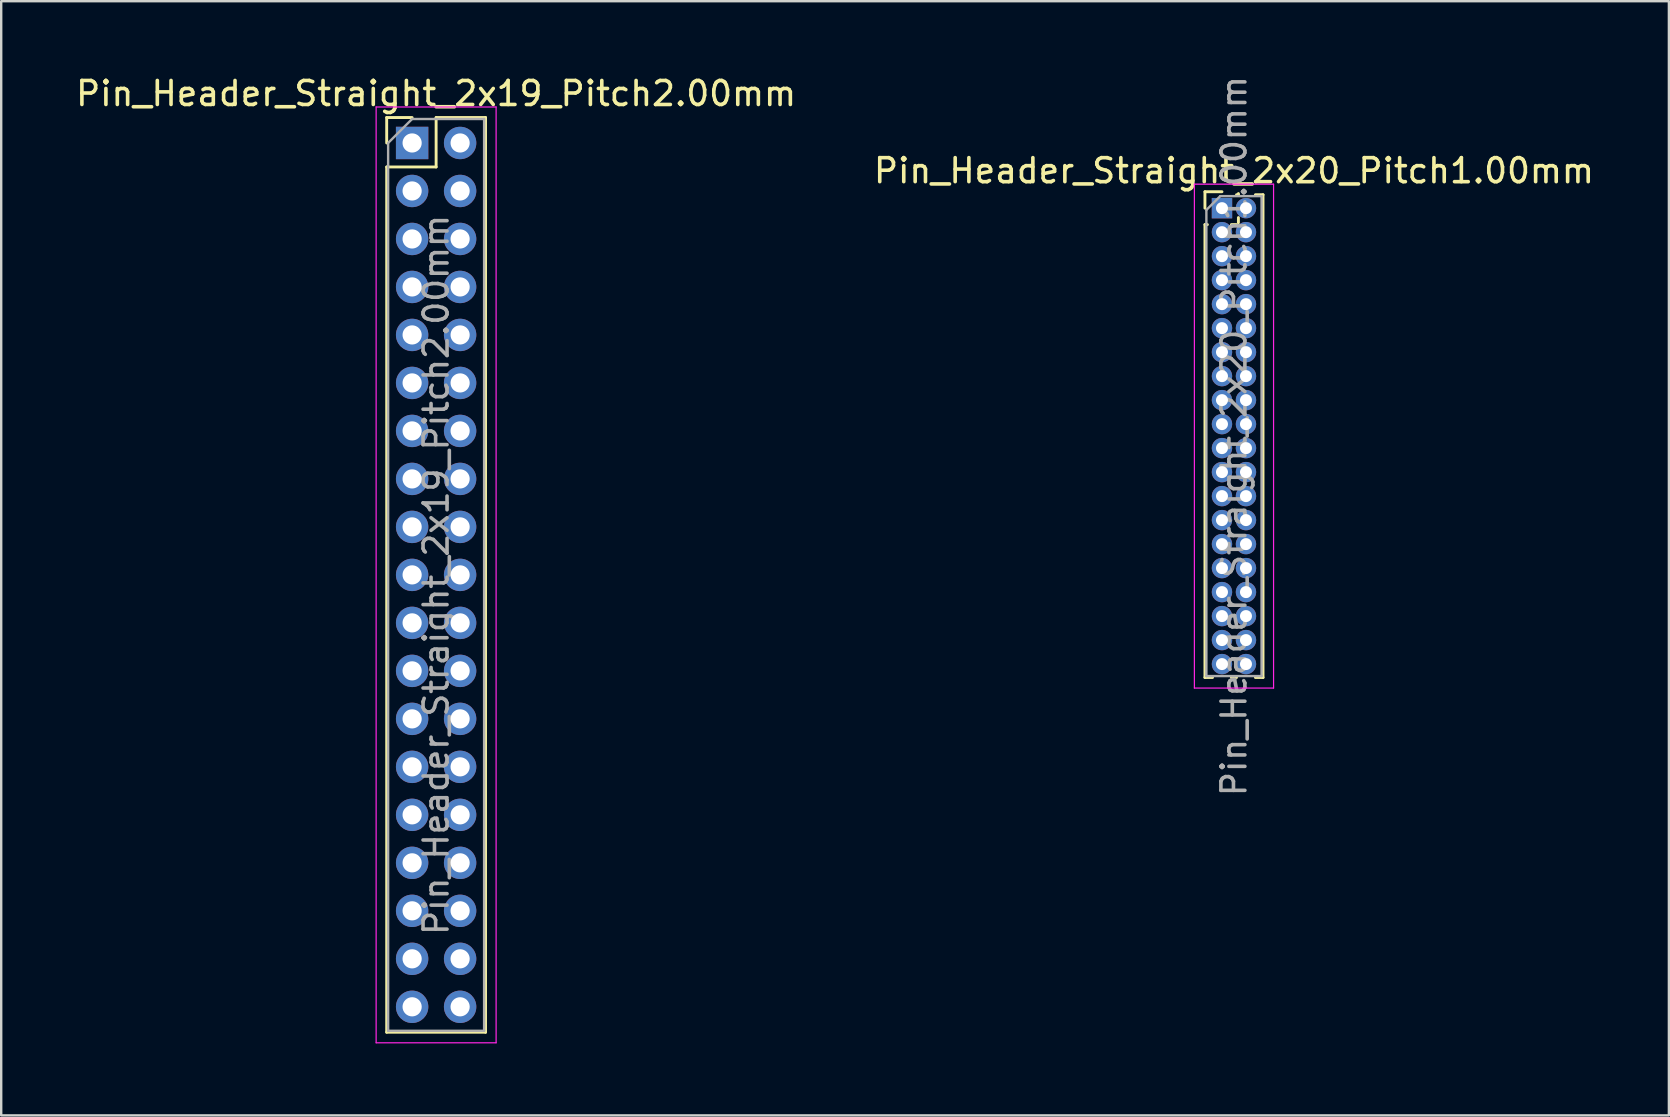
<source format=kicad_pcb>
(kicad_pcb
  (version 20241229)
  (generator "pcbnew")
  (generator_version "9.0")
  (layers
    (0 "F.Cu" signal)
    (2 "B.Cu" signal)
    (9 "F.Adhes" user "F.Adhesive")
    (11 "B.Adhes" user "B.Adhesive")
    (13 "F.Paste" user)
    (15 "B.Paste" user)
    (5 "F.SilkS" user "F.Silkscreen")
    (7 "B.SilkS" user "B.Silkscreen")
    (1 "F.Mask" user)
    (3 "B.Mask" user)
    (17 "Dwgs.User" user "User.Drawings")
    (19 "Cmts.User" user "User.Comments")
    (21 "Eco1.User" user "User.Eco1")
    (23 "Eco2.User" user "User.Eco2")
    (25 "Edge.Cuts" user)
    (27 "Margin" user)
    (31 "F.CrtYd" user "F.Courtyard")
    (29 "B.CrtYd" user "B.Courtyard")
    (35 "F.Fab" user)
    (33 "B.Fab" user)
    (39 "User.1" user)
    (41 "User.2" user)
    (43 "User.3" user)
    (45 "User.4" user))
  (footprint "Pin_Header_Straight_2x20_Pitch1.00mm"
    (layer "F.Cu")
    (at 47.875 5.625)
    (property "Reference" "Pin_Header_Straight_2x20_Pitch1.00mm" (at 0.5 -1.56 0) (layer "F.SilkS") (effects (font (size 1 1) (thickness 0.15))))
    (attr through_hole)
    (fp_line (start -0.71 -0.685) (end 0 -0.685) (stroke (width 0.12) (type solid)) (layer "F.SilkS"))
    (fp_line (start -0.71 0) (end -0.71 -0.685) (stroke (width 0.12) (type solid)) (layer "F.SilkS"))
    (fp_line (start -0.71 0.685) (end -0.71 19.56) (stroke (width 0.12) (type solid)) (layer "F.SilkS"))
    (fp_line (start -0.71 0.685) (end -0.608 0.685) (stroke (width 0.12) (type solid)) (layer "F.SilkS"))
    (fp_line (start -0.71 19.56) (end -0.394 19.56) (stroke (width 0.12) (type solid)) (layer "F.SilkS"))
    (fp_line (start 0.394 19.56) (end 0.606 19.56) (stroke (width 0.12) (type solid)) (layer "F.SilkS"))
    (fp_line (start 0.608 0.685) (end 0.392 0.685) (stroke (width 0.12) (type solid)) (layer "F.SilkS"))
    (fp_line (start 0.685 -0.608) (end 0.685 -0.56) (stroke (width 0.12) (type solid)) (layer "F.SilkS"))
    (fp_line (start 0.685 -0.56) (end 0.606 -0.56) (stroke (width 0.12) (type solid)) (layer "F.SilkS"))
    (fp_line (start 0.685 0.392) (end 0.685 0.608) (stroke (width 0.12) (type solid)) (layer "F.SilkS"))
    (fp_line (start 1.394 -0.56) (end 1.71 -0.56) (stroke (width 0.12) (type solid)) (layer "F.SilkS"))
    (fp_line (start 1.394 19.56) (end 1.71 19.56) (stroke (width 0.12) (type solid)) (layer "F.SilkS"))
    (fp_line (start 1.71 -0.56) (end 1.71 19.56) (stroke (width 0.12) (type solid)) (layer "F.SilkS"))
    (fp_line (start -1.15 -1) (end -1.15 20) (stroke (width 0.05) (type solid)) (layer "F.CrtYd"))
    (fp_line (start -1.15 20) (end 2.15 20) (stroke (width 0.05) (type solid)) (layer "F.CrtYd"))
    (fp_line (start 2.15 -1) (end -1.15 -1) (stroke (width 0.05) (type solid)) (layer "F.CrtYd"))
    (fp_line (start 2.15 20) (end 2.15 -1) (stroke (width 0.05) (type solid)) (layer "F.CrtYd"))
    (fp_line (start -0.65 0.075) (end -0.075 -0.5) (stroke (width 0.1) (type solid)) (layer "F.Fab"))
    (fp_line (start -0.65 19.5) (end -0.65 0.075) (stroke (width 0.1) (type solid)) (layer "F.Fab"))
    (fp_line (start -0.075 -0.5) (end 1.65 -0.5) (stroke (width 0.1) (type solid)) (layer "F.Fab"))
    (fp_line (start 1.65 -0.5) (end 1.65 19.5) (stroke (width 0.1) (type solid)) (layer "F.Fab"))
    (fp_line (start 1.65 19.5) (end -0.65 19.5) (stroke (width 0.1) (type solid)) (layer "F.Fab"))
    (fp_text user "${REFERENCE}" (at 0.5 9.5 90) (layer "F.Fab") (effects (font (size 1 1) (thickness 0.15))))
    (pad "1" thru_hole rect (at 0 0) (size 0.85 0.85) (drill 0.5) (layers "*.Cu" "*.Mask"))
    (pad "2" thru_hole oval (at 1 0) (size 0.85 0.85) (drill 0.5) (layers "*.Cu" "*.Mask"))
    (pad "3" thru_hole oval (at 0 1) (size 0.85 0.85) (drill 0.5) (layers "*.Cu" "*.Mask"))
    (pad "4" thru_hole oval (at 1 1) (size 0.85 0.85) (drill 0.5) (layers "*.Cu" "*.Mask"))
    (pad "5" thru_hole oval (at 0 2) (size 0.85 0.85) (drill 0.5) (layers "*.Cu" "*.Mask"))
    (pad "6" thru_hole oval (at 1 2) (size 0.85 0.85) (drill 0.5) (layers "*.Cu" "*.Mask"))
    (pad "7" thru_hole oval (at 0 3) (size 0.85 0.85) (drill 0.5) (layers "*.Cu" "*.Mask"))
    (pad "8" thru_hole oval (at 1 3) (size 0.85 0.85) (drill 0.5) (layers "*.Cu" "*.Mask"))
    (pad "9" thru_hole oval (at 0 4) (size 0.85 0.85) (drill 0.5) (layers "*.Cu" "*.Mask"))
    (pad "10" thru_hole oval (at 1 4) (size 0.85 0.85) (drill 0.5) (layers "*.Cu" "*.Mask"))
    (pad "11" thru_hole oval (at 0 5) (size 0.85 0.85) (drill 0.5) (layers "*.Cu" "*.Mask"))
    (pad "12" thru_hole oval (at 1 5) (size 0.85 0.85) (drill 0.5) (layers "*.Cu" "*.Mask"))
    (pad "13" thru_hole oval (at 0 6) (size 0.85 0.85) (drill 0.5) (layers "*.Cu" "*.Mask"))
    (pad "14" thru_hole oval (at 1 6) (size 0.85 0.85) (drill 0.5) (layers "*.Cu" "*.Mask"))
    (pad "15" thru_hole oval (at 0 7) (size 0.85 0.85) (drill 0.5) (layers "*.Cu" "*.Mask"))
    (pad "16" thru_hole oval (at 1 7) (size 0.85 0.85) (drill 0.5) (layers "*.Cu" "*.Mask"))
    (pad "17" thru_hole oval (at 0 8) (size 0.85 0.85) (drill 0.5) (layers "*.Cu" "*.Mask"))
    (pad "18" thru_hole oval (at 1 8) (size 0.85 0.85) (drill 0.5) (layers "*.Cu" "*.Mask"))
    (pad "19" thru_hole oval (at 0 9) (size 0.85 0.85) (drill 0.5) (layers "*.Cu" "*.Mask"))
    (pad "20" thru_hole oval (at 1 9) (size 0.85 0.85) (drill 0.5) (layers "*.Cu" "*.Mask"))
    (pad "21" thru_hole oval (at 0 10) (size 0.85 0.85) (drill 0.5) (layers "*.Cu" "*.Mask"))
    (pad "22" thru_hole oval (at 1 10) (size 0.85 0.85) (drill 0.5) (layers "*.Cu" "*.Mask"))
    (pad "23" thru_hole oval (at 0 11) (size 0.85 0.85) (drill 0.5) (layers "*.Cu" "*.Mask"))
    (pad "24" thru_hole oval (at 1 11) (size 0.85 0.85) (drill 0.5) (layers "*.Cu" "*.Mask"))
    (pad "25" thru_hole oval (at 0 12) (size 0.85 0.85) (drill 0.5) (layers "*.Cu" "*.Mask"))
    (pad "26" thru_hole oval (at 1 12) (size 0.85 0.85) (drill 0.5) (layers "*.Cu" "*.Mask"))
    (pad "27" thru_hole oval (at 0 13) (size 0.85 0.85) (drill 0.5) (layers "*.Cu" "*.Mask"))
    (pad "28" thru_hole oval (at 1 13) (size 0.85 0.85) (drill 0.5) (layers "*.Cu" "*.Mask"))
    (pad "29" thru_hole oval (at 0 14) (size 0.85 0.85) (drill 0.5) (layers "*.Cu" "*.Mask"))
    (pad "30" thru_hole oval (at 1 14) (size 0.85 0.85) (drill 0.5) (layers "*.Cu" "*.Mask"))
    (pad "31" thru_hole oval (at 0 15) (size 0.85 0.85) (drill 0.5) (layers "*.Cu" "*.Mask"))
    (pad "32" thru_hole oval (at 1 15) (size 0.85 0.85) (drill 0.5) (layers "*.Cu" "*.Mask"))
    (pad "33" thru_hole oval (at 0 16) (size 0.85 0.85) (drill 0.5) (layers "*.Cu" "*.Mask"))
    (pad "34" thru_hole oval (at 1 16) (size 0.85 0.85) (drill 0.5) (layers "*.Cu" "*.Mask"))
    (pad "35" thru_hole oval (at 0 17) (size 0.85 0.85) (drill 0.5) (layers "*.Cu" "*.Mask"))
    (pad "36" thru_hole oval (at 1 17) (size 0.85 0.85) (drill 0.5) (layers "*.Cu" "*.Mask"))
    (pad "37" thru_hole oval (at 0 18) (size 0.85 0.85) (drill 0.5) (layers "*.Cu" "*.Mask"))
    (pad "38" thru_hole oval (at 1 18) (size 0.85 0.85) (drill 0.5) (layers "*.Cu" "*.Mask"))
    (pad "39" thru_hole oval (at 0 19) (size 0.85 0.85) (drill 0.5) (layers "*.Cu" "*.Mask"))
    (pad "40" thru_hole oval (at 1 19) (size 0.85 0.85) (drill 0.5) (layers "*.Cu" "*.Mask")))
  (footprint "Pin_Header_Straight_2x19_Pitch2.00mm"
    (layer "F.Cu")
    (at 14.125 2.908)
    (property "Reference" "Pin_Header_Straight_2x19_Pitch2.00mm" (at 1 -2.06 0) (layer "F.SilkS") (effects (font (size 1 1) (thickness 0.15))))
    (attr through_hole)
    (fp_line (start -1.06 -1.06) (end 0 -1.06) (stroke (width 0.12) (type solid)) (layer "F.SilkS"))
    (fp_line (start -1.06 0) (end -1.06 -1.06) (stroke (width 0.12) (type solid)) (layer "F.SilkS"))
    (fp_line (start -1.06 1) (end -1.06 37.06) (stroke (width 0.12) (type solid)) (layer "F.SilkS"))
    (fp_line (start -1.06 37.06) (end 3.06 37.06) (stroke (width 0.12) (type solid)) (layer "F.SilkS"))
    (fp_line (start 1 -1.06) (end 1 1) (stroke (width 0.12) (type solid)) (layer "F.SilkS"))
    (fp_line (start 1 1) (end -1.06 1) (stroke (width 0.12) (type solid)) (layer "F.SilkS"))
    (fp_line (start 3.06 -1.06) (end 1 -1.06) (stroke (width 0.12) (type solid)) (layer "F.SilkS"))
    (fp_line (start 3.06 37.06) (end 3.06 -1.06) (stroke (width 0.12) (type solid)) (layer "F.SilkS"))
    (fp_line (start -1.5 -1.5) (end -1.5 37.5) (stroke (width 0.05) (type solid)) (layer "F.CrtYd"))
    (fp_line (start -1.5 37.5) (end 3.5 37.5) (stroke (width 0.05) (type solid)) (layer "F.CrtYd"))
    (fp_line (start 3.5 -1.5) (end -1.5 -1.5) (stroke (width 0.05) (type solid)) (layer "F.CrtYd"))
    (fp_line (start 3.5 37.5) (end 3.5 -1.5) (stroke (width 0.05) (type solid)) (layer "F.CrtYd"))
    (fp_line (start -1 0) (end 0 -1) (stroke (width 0.1) (type solid)) (layer "F.Fab"))
    (fp_line (start -1 37) (end -1 0) (stroke (width 0.1) (type solid)) (layer "F.Fab"))
    (fp_line (start 0 -1) (end 3 -1) (stroke (width 0.1) (type solid)) (layer "F.Fab"))
    (fp_line (start 3 -1) (end 3 37) (stroke (width 0.1) (type solid)) (layer "F.Fab"))
    (fp_line (start 3 37) (end -1 37) (stroke (width 0.1) (type solid)) (layer "F.Fab"))
    (fp_text user "${REFERENCE}" (at 1 18 90) (layer "F.Fab") (effects (font (size 1 1) (thickness 0.15))))
    (pad "1" thru_hole rect (at 0 0) (size 1.35 1.35) (drill 0.8) (layers "*.Cu" "*.Mask"))
    (pad "2" thru_hole oval (at 2 0) (size 1.35 1.35) (drill 0.8) (layers "*.Cu" "*.Mask"))
    (pad "3" thru_hole oval (at 0 2) (size 1.35 1.35) (drill 0.8) (layers "*.Cu" "*.Mask"))
    (pad "4" thru_hole oval (at 2 2) (size 1.35 1.35) (drill 0.8) (layers "*.Cu" "*.Mask"))
    (pad "5" thru_hole oval (at 0 4) (size 1.35 1.35) (drill 0.8) (layers "*.Cu" "*.Mask"))
    (pad "6" thru_hole oval (at 2 4) (size 1.35 1.35) (drill 0.8) (layers "*.Cu" "*.Mask"))
    (pad "7" thru_hole oval (at 0 6) (size 1.35 1.35) (drill 0.8) (layers "*.Cu" "*.Mask"))
    (pad "8" thru_hole oval (at 2 6) (size 1.35 1.35) (drill 0.8) (layers "*.Cu" "*.Mask"))
    (pad "9" thru_hole oval (at 0 8) (size 1.35 1.35) (drill 0.8) (layers "*.Cu" "*.Mask"))
    (pad "10" thru_hole oval (at 2 8) (size 1.35 1.35) (drill 0.8) (layers "*.Cu" "*.Mask"))
    (pad "11" thru_hole oval (at 0 10) (size 1.35 1.35) (drill 0.8) (layers "*.Cu" "*.Mask"))
    (pad "12" thru_hole oval (at 2 10) (size 1.35 1.35) (drill 0.8) (layers "*.Cu" "*.Mask"))
    (pad "13" thru_hole oval (at 0 12) (size 1.35 1.35) (drill 0.8) (layers "*.Cu" "*.Mask"))
    (pad "14" thru_hole oval (at 2 12) (size 1.35 1.35) (drill 0.8) (layers "*.Cu" "*.Mask"))
    (pad "15" thru_hole oval (at 0 14) (size 1.35 1.35) (drill 0.8) (layers "*.Cu" "*.Mask"))
    (pad "16" thru_hole oval (at 2 14) (size 1.35 1.35) (drill 0.8) (layers "*.Cu" "*.Mask"))
    (pad "17" thru_hole oval (at 0 16) (size 1.35 1.35) (drill 0.8) (layers "*.Cu" "*.Mask"))
    (pad "18" thru_hole oval (at 2 16) (size 1.35 1.35) (drill 0.8) (layers "*.Cu" "*.Mask"))
    (pad "19" thru_hole oval (at 0 18) (size 1.35 1.35) (drill 0.8) (layers "*.Cu" "*.Mask"))
    (pad "20" thru_hole oval (at 2 18) (size 1.35 1.35) (drill 0.8) (layers "*.Cu" "*.Mask"))
    (pad "21" thru_hole oval (at 0 20) (size 1.35 1.35) (drill 0.8) (layers "*.Cu" "*.Mask"))
    (pad "22" thru_hole oval (at 2 20) (size 1.35 1.35) (drill 0.8) (layers "*.Cu" "*.Mask"))
    (pad "23" thru_hole oval (at 0 22) (size 1.35 1.35) (drill 0.8) (layers "*.Cu" "*.Mask"))
    (pad "24" thru_hole oval (at 2 22) (size 1.35 1.35) (drill 0.8) (layers "*.Cu" "*.Mask"))
    (pad "25" thru_hole oval (at 0 24) (size 1.35 1.35) (drill 0.8) (layers "*.Cu" "*.Mask"))
    (pad "26" thru_hole oval (at 2 24) (size 1.35 1.35) (drill 0.8) (layers "*.Cu" "*.Mask"))
    (pad "27" thru_hole oval (at 0 26) (size 1.35 1.35) (drill 0.8) (layers "*.Cu" "*.Mask"))
    (pad "28" thru_hole oval (at 2 26) (size 1.35 1.35) (drill 0.8) (layers "*.Cu" "*.Mask"))
    (pad "29" thru_hole oval (at 0 28) (size 1.35 1.35) (drill 0.8) (layers "*.Cu" "*.Mask"))
    (pad "30" thru_hole oval (at 2 28) (size 1.35 1.35) (drill 0.8) (layers "*.Cu" "*.Mask"))
    (pad "31" thru_hole oval (at 0 30) (size 1.35 1.35) (drill 0.8) (layers "*.Cu" "*.Mask"))
    (pad "32" thru_hole oval (at 2 30) (size 1.35 1.35) (drill 0.8) (layers "*.Cu" "*.Mask"))
    (pad "33" thru_hole oval (at 0 32) (size 1.35 1.35) (drill 0.8) (layers "*.Cu" "*.Mask"))
    (pad "34" thru_hole oval (at 2 32) (size 1.35 1.35) (drill 0.8) (layers "*.Cu" "*.Mask"))
    (pad "35" thru_hole oval (at 0 34) (size 1.35 1.35) (drill 0.8) (layers "*.Cu" "*.Mask"))
    (pad "36" thru_hole oval (at 2 34) (size 1.35 1.35) (drill 0.8) (layers "*.Cu" "*.Mask"))
    (pad "37" thru_hole oval (at 0 36) (size 1.35 1.35) (drill 0.8) (layers "*.Cu" "*.Mask"))
    (pad "38" thru_hole oval (at 2 36) (size 1.35 1.35) (drill 0.8) (layers "*.Cu" "*.Mask")))
  (gr_rect
    (start -3 -3)
    (end 66.5 43.433)
    (stroke (width 0.1) (type default))
    (fill no)
    (layer "Edge.Cuts")))
</source>
